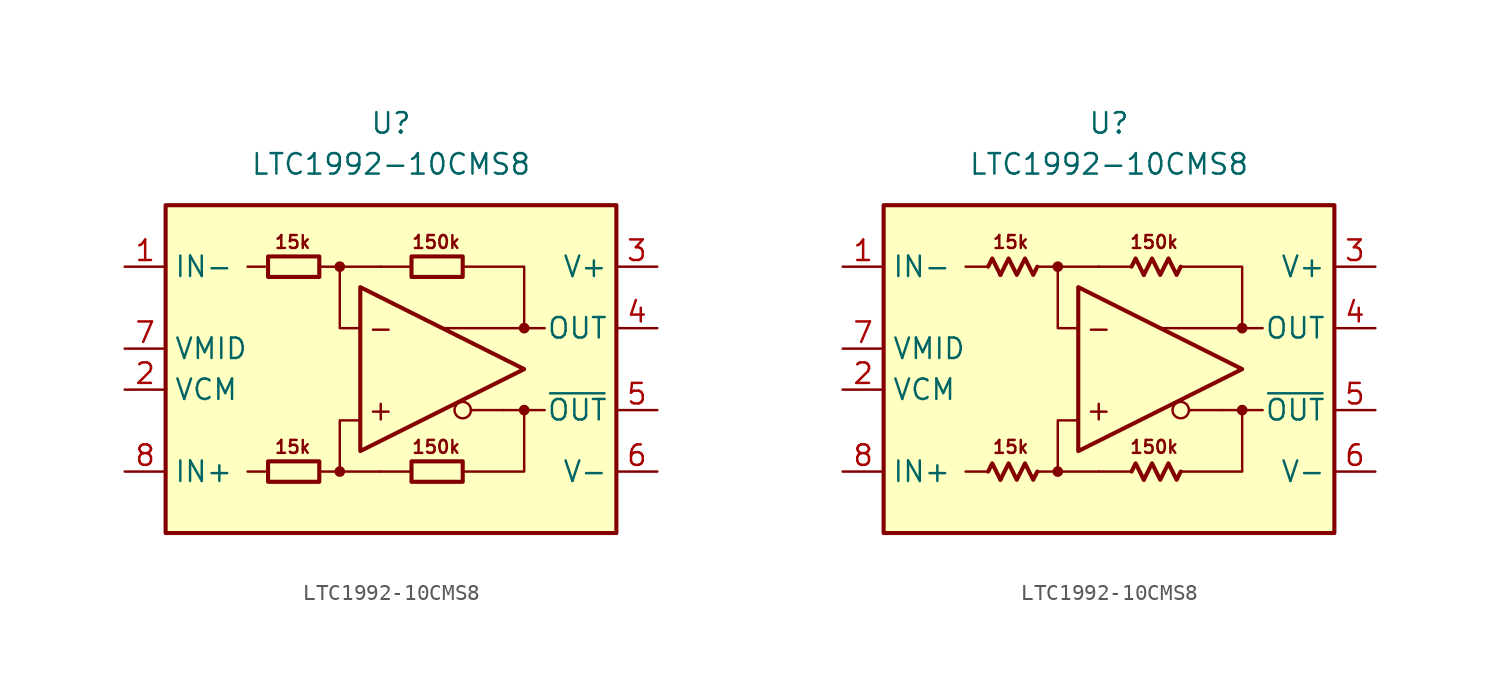
<source format=kicad_sym>
(kicad_symbol_lib
  (version 20231120)
  (generator "kicad_symbol_editor")
  (generator_version "8.0")
  (symbol "LTC1992-10CMS8"
    (property "Reference" "U"
      (at 0 15.24 0)
      (effects (font (size 1.27 1.27))))
    (property "Value" "LTC1992-10CMS8"
      (at 0 12.7 0)
      (effects (font (size 1.27 1.27))))
    (symbol "LTC1992-10CMS8_0_0"
      (rectangle (start -13.97 10.16) (end 13.97 -10.16) (stroke (width 0.254) (type default)) (fill (type background)))
      (circle (center -3.175 -6.35) (radius 0.254) (stroke (width 0.152) (type default)) (fill (type outline)))
      (circle (center -3.175 6.35) (radius 0.254) (stroke (width 0.152) (type default)) (fill (type outline)))
      (polyline (pts (xy -7.62 -6.35) (xy -8.89 -6.35)) (stroke (width 0.152) (type default)) (fill (type none)))
      (polyline (pts (xy -7.62 6.35) (xy -8.89 6.35)) (stroke (width 0.152) (type default)) (fill (type none)))
      (polyline (pts (xy -3.175 6.35) (xy -0.635 6.35)) (stroke (width 0.152) (type default)) (fill (type none)))
      (polyline (pts (xy -0.635 -6.35) (xy -3.175 -6.35)) (stroke (width 0.152) (type default)) (fill (type none)))
      (polyline (pts (xy 1.27 -6.35) (xy -0.635 -6.35)) (stroke (width 0.152) (type default)) (fill (type none)))
      (polyline (pts (xy 1.27 6.35) (xy -0.635 6.35)) (stroke (width 0.152) (type default)) (fill (type none)))
      (polyline (pts (xy 5.08 -2.54) (xy 4.953 -2.54)) (stroke (width 0.152) (type default)) (fill (type none)))
      (polyline (pts (xy 6.985 -2.54) (xy 5.08 -2.54)) (stroke (width 0.152) (type default)) (fill (type none)))
      (polyline (pts (xy 8.255 -2.54) (xy 9.525 -2.54)) (stroke (width 0.152) (type default)) (fill (type none)))
      (polyline (pts (xy 8.255 2.54) (xy 9.525 2.54)) (stroke (width 0.152) (type default)) (fill (type none)))
      (polyline (pts (xy -4.445 -6.35) (xy -3.175 -6.35) (xy -3.175 -3.175) (xy -1.905 -3.175)) (stroke (width 0.152) (type default)) (fill (type none)))
      (polyline (pts (xy -1.905 2.54) (xy -3.175 2.54) (xy -3.175 6.35) (xy -4.445 6.35)) (stroke (width 0.152) (type default)) (fill (type none)))
      (polyline (pts (xy 4.445 6.35) (xy 8.255 6.35) (xy 8.255 2.54) (xy 3.175 2.54)) (stroke (width 0.152) (type default)) (fill (type none)))
      (polyline (pts (xy 6.985 -2.54) (xy 8.255 -2.54) (xy 8.255 -6.35) (xy 4.445 -6.35)) (stroke (width 0.152) (type default)) (fill (type none)))
      (circle (center 4.445 -2.54) (radius 0.508) (stroke (width 0.152) (type default)) (fill (type none)))
      (circle (center 8.255 -2.54) (radius 0.254) (stroke (width 0.152) (type default)) (fill (type outline)))
      (circle (center 8.255 2.54) (radius 0.254) (stroke (width 0.152) (type default)) (fill (type outline)))
      (text "+" (at -0.635 -2.54 0) (effects (font (size 1.27 1.27))))
      (text "-" (at -0.635 2.54 0) (effects (font (size 1.27 1.27)))))
    (symbol "LTC1992-10CMS8_0_1"
      (rectangle (start -7.62 -5.715) (end -4.445 -6.985) (stroke (width 0.254) (type default)) (fill (type none)))
      (rectangle (start -7.62 6.985) (end -4.445 5.715) (stroke (width 0.254) (type default)) (fill (type none)))
      (rectangle (start 1.27 -5.715) (end 4.445 -6.985) (stroke (width 0.254) (type default)) (fill (type none)))
      (rectangle (start 1.27 6.985) (end 4.445 5.715) (stroke (width 0.254) (type default)) (fill (type none))))
    (symbol "LTC1992-10CMS8_0_2"
      (polyline (pts (xy -6.731 -6.858) (xy -7.239 -5.842) (xy -7.493 -6.35)) (stroke (width 0.254) (type default)) (fill (type none)))
      (polyline (pts (xy -6.731 5.842) (xy -7.239 6.858) (xy -7.493 6.35)) (stroke (width 0.254) (type default)) (fill (type none)))
      (polyline (pts (xy 2.159 -6.858) (xy 1.651 -5.842) (xy 1.397 -6.35)) (stroke (width 0.254) (type default)) (fill (type none)))
      (polyline (pts (xy 2.159 5.842) (xy 1.651 6.858) (xy 1.397 6.35)) (stroke (width 0.254) (type default)) (fill (type none)))
      (polyline (pts (xy -4.445 -6.35) (xy -4.699 -6.858) (xy -5.207 -5.842) (xy -5.715 -6.858) (xy -6.223 -5.842) (xy -6.731 -6.858)) (stroke (width 0.254) (type default)) (fill (type none)))
      (polyline (pts (xy -4.445 6.35) (xy -4.699 5.842) (xy -5.207 6.858) (xy -5.715 5.842) (xy -6.223 6.858) (xy -6.731 5.842)) (stroke (width 0.254) (type default)) (fill (type none)))
      (polyline (pts (xy 4.445 -6.35) (xy 4.191 -6.858) (xy 3.683 -5.842) (xy 3.175 -6.858) (xy 2.667 -5.842) (xy 2.159 -6.858)) (stroke (width 0.254) (type default)) (fill (type none)))
      (polyline (pts (xy 4.445 6.35) (xy 4.191 5.842) (xy 3.683 6.858) (xy 3.175 5.842) (xy 2.667 6.858) (xy 2.159 5.842)) (stroke (width 0.254) (type default)) (fill (type none))))
    (symbol "LTC1992-10CMS8_1_0"
      (polyline (pts (xy -1.905 5.08) (xy -1.905 -5.08) (xy 8.255 0) (xy -1.905 5.08)) (stroke (width 0.254) (type default)) (fill (type none)))
      (text "150k" (at 2.794 -4.826 0) (effects (font (size 0.8 0.8))))
      (text "150k" (at 2.794 7.874 0) (effects (font (size 0.8 0.8))))
      (text "15k" (at -6.096 -4.826 0) (effects (font (size 0.8 0.8))))
      (text "15k" (at -6.096 7.874 0) (effects (font (size 0.8 0.8)))))
    (symbol "LTC1992-10CMS8_1_1"
      (pin input line (at -16.51 6.35 0) (length 2.54) (name "IN-" (effects (font (size 1.27 1.27)))) (number "1" (effects (font (size 1.27 1.27)))))
      (pin input line (at -16.51 -1.27 0) (length 2.54) (name "VCM" (effects (font (size 1.27 1.27)))) (number "2" (effects (font (size 1.27 1.27)))))
      (pin power_in line (at 16.51 6.35 180) (length 2.54) (name "V+" (effects (font (size 1.27 1.27)))) (number "3" (effects (font (size 1.27 1.27)))))
      (pin output line (at 16.51 2.54 180) (length 2.54) (name "OUT" (effects (font (size 1.27 1.27)))) (number "4" (effects (font (size 1.27 1.27)))))
      (pin output line (at 16.51 -2.54 180) (length 2.54) (name "~{OUT}" (effects (font (size 1.27 1.27)))) (number "5" (effects (font (size 1.27 1.27)))))
      (pin power_in line (at 16.51 -6.35 180) (length 2.54) (name "V-" (effects (font (size 1.27 1.27)))) (number "6" (effects (font (size 1.27 1.27)))))
      (pin output line (at -16.51 1.27 0) (length 2.54) (name "VMID" (effects (font (size 1.27 1.27)))) (number "7" (effects (font (size 1.27 1.27)))))
      (pin input line (at -16.51 -6.35 0) (length 2.54) (name "IN+" (effects (font (size 1.27 1.27)))) (number "8" (effects (font (size 1.27 1.27))))))
    (symbol "LTC1992-10CMS8_1_2"
      (pin input line (at -16.51 6.35 0) (length 2.54) (name "IN-" (effects (font (size 1.27 1.27)))) (number "1" (effects (font (size 1.27 1.27)))))
      (pin input line (at -16.51 -1.27 0) (length 2.54) (name "VCM" (effects (font (size 1.27 1.27)))) (number "2" (effects (font (size 1.27 1.27)))))
      (pin power_in line (at 16.51 6.35 180) (length 2.54) (name "V+" (effects (font (size 1.27 1.27)))) (number "3" (effects (font (size 1.27 1.27)))))
      (pin output line (at 16.51 2.54 180) (length 2.54) (name "OUT" (effects (font (size 1.27 1.27)))) (number "4" (effects (font (size 1.27 1.27)))))
      (pin output line (at 16.51 -2.54 180) (length 2.54) (name "~{OUT}" (effects (font (size 1.27 1.27)))) (number "5" (effects (font (size 1.27 1.27)))))
      (pin power_in line (at 16.51 -6.35 180) (length 2.54) (name "V-" (effects (font (size 1.27 1.27)))) (number "6" (effects (font (size 1.27 1.27)))))
      (pin output line (at -16.51 1.27 0) (length 2.54) (name "VMID" (effects (font (size 1.27 1.27)))) (number "7" (effects (font (size 1.27 1.27)))))
      (pin input line (at -16.51 -6.35 0) (length 2.54) (name "IN+" (effects (font (size 1.27 1.27)))) (number "8" (effects (font (size 1.27 1.27))))))))
</source>
